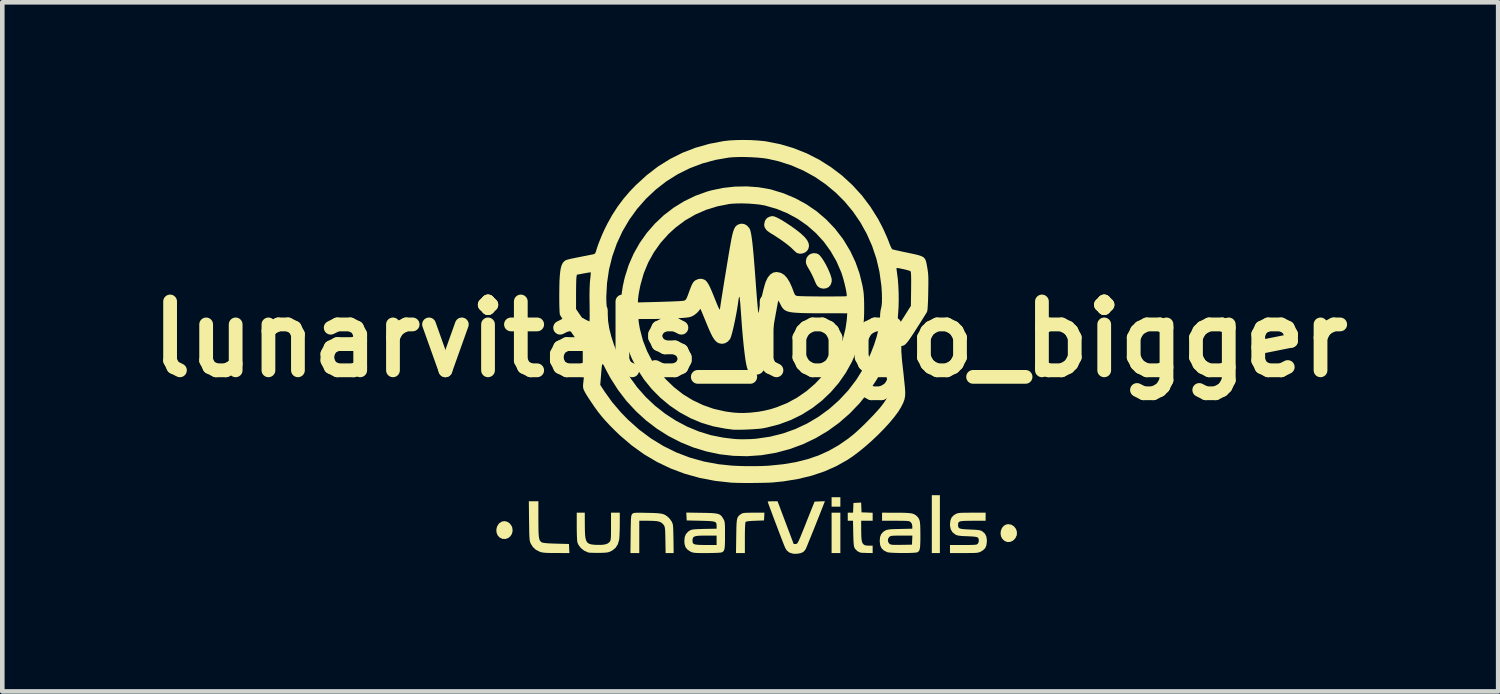
<source format=kicad_pcb>
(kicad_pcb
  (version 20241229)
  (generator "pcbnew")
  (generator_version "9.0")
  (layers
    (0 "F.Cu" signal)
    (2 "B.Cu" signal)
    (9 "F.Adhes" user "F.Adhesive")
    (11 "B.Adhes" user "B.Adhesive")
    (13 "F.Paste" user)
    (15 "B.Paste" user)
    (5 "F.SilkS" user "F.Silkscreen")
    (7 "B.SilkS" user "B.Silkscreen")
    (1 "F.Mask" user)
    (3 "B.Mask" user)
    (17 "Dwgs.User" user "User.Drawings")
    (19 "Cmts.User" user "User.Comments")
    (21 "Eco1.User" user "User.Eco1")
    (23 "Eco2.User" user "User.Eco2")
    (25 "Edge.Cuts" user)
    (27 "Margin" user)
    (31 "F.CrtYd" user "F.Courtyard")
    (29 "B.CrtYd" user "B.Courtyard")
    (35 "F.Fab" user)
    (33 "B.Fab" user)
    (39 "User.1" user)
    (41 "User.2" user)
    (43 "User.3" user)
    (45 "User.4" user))
  (footprint "lunarvitals_logo_bigger"
    (layer "F.Cu")
    (at 13.3 4.342)
    (property "Reference" "lunarvitals_logo_bigger" (at 0 0 0) (layer "F.SilkS") (effects (font (size 1.5 1.5) (thickness 0.3))))
    (attr board_only exclude_from_pos_files exclude_from_bom)
    (fp_poly (pts (xy 1.964 3.547) (xy 1.964 3.65) (xy 1.869 3.65) (xy 1.773 3.65) (xy 1.773 3.547) (xy 1.773 3.444) (xy 1.869 3.444) (xy 1.964 3.444)) (stroke (width 0) (type solid)) (fill yes) (layer "F.SilkS"))
    (fp_poly (pts (xy 1.964 4.221) (xy 1.964 4.661) (xy 1.869 4.661) (xy 1.773 4.661) (xy 1.773 4.221) (xy 1.773 3.781) (xy 1.869 3.781) (xy 1.964 3.781)) (stroke (width 0) (type solid)) (fill yes) (layer "F.SilkS"))
    (fp_poly (pts (xy 4.133 4.031) (xy 4.133 4.661) (xy 4.045 4.661) (xy 3.957 4.661) (xy 3.957 4.031) (xy 3.957 3.4) (xy 4.045 3.4) (xy 4.133 3.4)) (stroke (width 0) (type solid)) (fill yes) (layer "F.SilkS"))
    (fp_poly (pts (xy -5.294 3.979) (xy -5.242 4.014) (xy -5.201 4.069) (xy -5.186 4.107) (xy -5.178 4.177) (xy -5.193 4.241) (xy -5.228 4.296) (xy -5.277 4.335) (xy -5.338 4.355) (xy -5.403 4.351) (xy -5.463 4.321) (xy -5.505 4.274) (xy -5.529 4.214) (xy -5.533 4.148) (xy -5.517 4.081) (xy -5.479 4.021) (xy -5.467 4.009) (xy -5.413 3.974) (xy -5.353 3.965)) (stroke (width 0) (type solid)) (fill yes) (layer "F.SilkS"))
    (fp_poly (pts (xy 5.693 4.044) (xy 5.749 4.08) (xy 5.79 4.133) (xy 5.812 4.196) (xy 5.81 4.265) (xy 5.807 4.277) (xy 5.775 4.342) (xy 5.727 4.39) (xy 5.669 4.417) (xy 5.606 4.421) (xy 5.545 4.399) (xy 5.543 4.397) (xy 5.494 4.352) (xy 5.465 4.296) (xy 5.455 4.233) (xy 5.463 4.17) (xy 5.487 4.113) (xy 5.526 4.067) (xy 5.578 4.038) (xy 5.626 4.031)) (stroke (width 0) (type solid)) (fill yes) (layer "F.SilkS"))
    (fp_poly (pts (xy 0.305 3.866) (xy 0.3 3.95) (xy 0.106 3.957) (xy 0.022 3.961) (xy -0.037 3.966) (xy -0.075 3.972) (xy -0.096 3.98) (xy -0.103 3.987) (xy -0.107 4.007) (xy -0.111 4.053) (xy -0.114 4.118) (xy -0.116 4.199) (xy -0.117 4.292) (xy -0.117 4.335) (xy -0.117 4.661) (xy -0.213 4.661) (xy -0.31 4.661) (xy -0.305 4.298) (xy -0.303 4.175) (xy -0.301 4.079) (xy -0.297 4.004) (xy -0.291 3.947) (xy -0.282 3.905) (xy -0.269 3.874) (xy -0.252 3.851) (xy -0.229 3.831) (xy -0.207 3.815) (xy -0.186 3.802) (xy -0.165 3.793) (xy -0.137 3.787) (xy -0.097 3.784) (xy -0.041 3.782) (xy 0.036 3.781) (xy 0.076 3.781) (xy 0.309 3.781)) (stroke (width 0) (type solid)) (fill yes) (layer "F.SilkS"))
    (fp_poly (pts (xy 1.44 -1.87) (xy 1.481 -1.854) (xy 1.516 -1.825) (xy 1.558 -1.773) (xy 1.603 -1.704) (xy 1.65 -1.623) (xy 1.695 -1.534) (xy 1.734 -1.442) (xy 1.756 -1.383) (xy 1.775 -1.315) (xy 1.776 -1.259) (xy 1.76 -1.205) (xy 1.745 -1.175) (xy 1.708 -1.134) (xy 1.654 -1.109) (xy 1.593 -1.101) (xy 1.532 -1.113) (xy 1.503 -1.128) (xy 1.48 -1.145) (xy 1.461 -1.163) (xy 1.444 -1.188) (xy 1.425 -1.227) (xy 1.4 -1.284) (xy 1.384 -1.323) (xy 1.351 -1.394) (xy 1.312 -1.47) (xy 1.274 -1.535) (xy 1.238 -1.598) (xy 1.218 -1.646) (xy 1.212 -1.689) (xy 1.212 -1.693) (xy 1.224 -1.762) (xy 1.259 -1.818) (xy 1.31 -1.856) (xy 1.372 -1.875)) (stroke (width 0) (type solid)) (fill yes) (layer "F.SilkS"))
    (fp_poly (pts (xy 0.531 -2.673) (xy 0.597 -2.644) (xy 0.683 -2.597) (xy 0.79 -2.53) (xy 0.872 -2.476) (xy 1.003 -2.383) (xy 1.107 -2.3) (xy 1.186 -2.225) (xy 1.241 -2.156) (xy 1.272 -2.092) (xy 1.281 -2.033) (xy 1.269 -1.976) (xy 1.249 -1.938) (xy 1.206 -1.896) (xy 1.148 -1.87) (xy 1.085 -1.862) (xy 1.028 -1.875) (xy 1.019 -1.879) (xy 0.994 -1.897) (xy 0.957 -1.93) (xy 0.915 -1.971) (xy 0.909 -1.978) (xy 0.856 -2.025) (xy 0.783 -2.083) (xy 0.696 -2.147) (xy 0.6 -2.212) (xy 0.502 -2.276) (xy 0.434 -2.316) (xy 0.362 -2.369) (xy 0.318 -2.427) (xy 0.303 -2.491) (xy 0.316 -2.562) (xy 0.336 -2.607) (xy 0.37 -2.643) (xy 0.421 -2.67) (xy 0.479 -2.682) (xy 0.485 -2.682)) (stroke (width 0) (type solid)) (fill yes) (layer "F.SilkS"))
    (fp_poly (pts (xy -4.617 3.921) (xy -4.616 4.052) (xy -4.615 4.156) (xy -4.612 4.238) (xy -4.607 4.3) (xy -4.599 4.346) (xy -4.589 4.379) (xy -4.574 4.402) (xy -4.556 4.419) (xy -4.541 4.429) (xy -4.514 4.437) (xy -4.463 4.444) (xy -4.387 4.45) (xy -4.285 4.454) (xy -4.228 4.456) (xy -3.95 4.463) (xy -3.946 4.562) (xy -3.941 4.661) (xy -4.224 4.66) (xy -4.328 4.66) (xy -4.408 4.658) (xy -4.469 4.655) (xy -4.515 4.65) (xy -4.552 4.643) (xy -4.585 4.633) (xy -4.67 4.591) (xy -4.736 4.53) (xy -4.782 4.457) (xy -4.791 4.436) (xy -4.799 4.415) (xy -4.805 4.39) (xy -4.809 4.357) (xy -4.812 4.312) (xy -4.815 4.253) (xy -4.817 4.175) (xy -4.818 4.074) (xy -4.82 3.961) (xy -4.825 3.532) (xy -4.721 3.532) (xy -4.617 3.532)) (stroke (width 0) (type solid)) (fill yes) (layer "F.SilkS"))
    (fp_poly (pts (xy 2.421 3.667) (xy 2.426 3.774) (xy 2.547 3.778) (xy 2.668 3.783) (xy 2.668 3.87) (xy 2.668 3.957) (xy 2.543 3.957) (xy 2.418 3.957) (xy 2.418 4.159) (xy 2.42 4.268) (xy 2.424 4.351) (xy 2.434 4.411) (xy 2.452 4.453) (xy 2.478 4.479) (xy 2.514 4.494) (xy 2.563 4.499) (xy 2.595 4.5) (xy 2.668 4.5) (xy 2.668 4.58) (xy 2.668 4.661) (xy 2.547 4.659) (xy 2.486 4.657) (xy 2.435 4.655) (xy 2.401 4.651) (xy 2.397 4.65) (xy 2.335 4.62) (xy 2.286 4.57) (xy 2.275 4.552) (xy 2.266 4.53) (xy 2.259 4.499) (xy 2.254 4.455) (xy 2.25 4.394) (xy 2.247 4.311) (xy 2.245 4.232) (xy 2.24 3.957) (xy 2.182 3.957) (xy 2.125 3.957) (xy 2.125 3.869) (xy 2.125 3.781) (xy 2.183 3.781) (xy 2.241 3.781) (xy 2.245 3.675) (xy 2.25 3.569) (xy 2.333 3.565) (xy 2.417 3.56)) (stroke (width 0) (type solid)) (fill yes) (layer "F.SilkS"))
    (fp_poly (pts (xy -2.397 3.782) (xy -2.313 3.783) (xy -2.243 3.785) (xy -2.13 3.787) (xy -2.043 3.791) (xy -1.975 3.797) (xy -1.923 3.805) (xy -1.882 3.818) (xy -1.847 3.835) (xy -1.814 3.858) (xy -1.789 3.878) (xy -1.752 3.917) (xy -1.718 3.965) (xy -1.711 3.977) (xy -1.7 4) (xy -1.691 4.023) (xy -1.685 4.052) (xy -1.681 4.092) (xy -1.678 4.146) (xy -1.676 4.219) (xy -1.674 4.315) (xy -1.673 4.349) (xy -1.669 4.661) (xy -1.756 4.661) (xy -1.844 4.661) (xy -1.849 4.376) (xy -1.851 4.277) (xy -1.853 4.202) (xy -1.856 4.148) (xy -1.861 4.11) (xy -1.867 4.084) (xy -1.875 4.065) (xy -1.884 4.05) (xy -1.914 4.016) (xy -1.948 3.991) (xy -1.991 3.974) (xy -2.048 3.964) (xy -2.125 3.959) (xy -2.217 3.957) (xy -2.418 3.957) (xy -2.418 4.309) (xy -2.418 4.661) (xy -2.514 4.661) (xy -2.611 4.661) (xy -2.606 4.252) (xy -2.605 4.131) (xy -2.603 4.036) (xy -2.601 3.964) (xy -2.599 3.911) (xy -2.595 3.873) (xy -2.591 3.847) (xy -2.585 3.829) (xy -2.577 3.817) (xy -2.573 3.811) (xy -2.562 3.8) (xy -2.549 3.792) (xy -2.531 3.787) (xy -2.502 3.784) (xy -2.459 3.782)) (stroke (width 0) (type solid)) (fill yes) (layer "F.SilkS"))
    (fp_poly (pts (xy -3.605 4.049) (xy -3.603 4.172) (xy -3.599 4.269) (xy -3.589 4.343) (xy -3.572 4.397) (xy -3.547 4.434) (xy -3.51 4.459) (xy -3.461 4.473) (xy -3.397 4.48) (xy -3.345 4.483) (xy -3.245 4.483) (xy -3.169 4.474) (xy -3.113 4.456) (xy -3.073 4.427) (xy -3.064 4.417) (xy -3.054 4.402) (xy -3.046 4.385) (xy -3.041 4.36) (xy -3.037 4.325) (xy -3.035 4.273) (xy -3.034 4.203) (xy -3.034 4.108) (xy -3.034 4.08) (xy -3.034 3.781) (xy -2.939 3.781) (xy -2.843 3.781) (xy -2.843 4.034) (xy -2.844 4.125) (xy -2.847 4.213) (xy -2.85 4.29) (xy -2.855 4.35) (xy -2.858 4.375) (xy -2.886 4.471) (xy -2.936 4.548) (xy -3.009 4.606) (xy -3.026 4.616) (xy -3.059 4.631) (xy -3.09 4.642) (xy -3.126 4.649) (xy -3.174 4.653) (xy -3.24 4.656) (xy -3.297 4.657) (xy -3.374 4.657) (xy -3.442 4.655) (xy -3.496 4.653) (xy -3.529 4.649) (xy -3.532 4.648) (xy -3.62 4.608) (xy -3.692 4.551) (xy -3.744 4.482) (xy -3.766 4.43) (xy -3.771 4.399) (xy -3.775 4.343) (xy -3.778 4.27) (xy -3.78 4.183) (xy -3.781 4.09) (xy -3.781 4.078) (xy -3.781 3.781) (xy -3.693 3.781) (xy -3.606 3.781)) (stroke (width 0) (type solid)) (fill yes) (layer "F.SilkS"))
    (fp_poly (pts (xy 1.613 3.567) (xy 1.592 3.621) (xy 1.564 3.693) (xy 1.53 3.779) (xy 1.492 3.876) (xy 1.451 3.978) (xy 1.409 4.084) (xy 1.367 4.188) (xy 1.327 4.287) (xy 1.29 4.377) (xy 1.259 4.455) (xy 1.234 4.516) (xy 1.217 4.556) (xy 1.21 4.572) (xy 1.183 4.61) (xy 1.153 4.639) (xy 1.1 4.662) (xy 1.031 4.675) (xy 0.959 4.677) (xy 0.927 4.673) (xy 0.853 4.65) (xy 0.798 4.606) (xy 0.763 4.551) (xy 0.753 4.526) (xy 0.734 4.48) (xy 0.708 4.414) (xy 0.677 4.334) (xy 0.642 4.242) (xy 0.605 4.144) (xy 0.566 4.041) (xy 0.527 3.939) (xy 0.49 3.841) (xy 0.457 3.751) (xy 0.427 3.672) (xy 0.404 3.608) (xy 0.388 3.564) (xy 0.381 3.542) (xy 0.381 3.54) (xy 0.395 3.536) (xy 0.43 3.534) (xy 0.48 3.532) (xy 0.488 3.532) (xy 0.596 3.532) (xy 0.771 3.998) (xy 0.947 4.463) (xy 0.99 4.463) (xy 1.002 4.462) (xy 1.013 4.459) (xy 1.023 4.45) (xy 1.036 4.433) (xy 1.051 4.405) (xy 1.07 4.364) (xy 1.095 4.306) (xy 1.126 4.229) (xy 1.166 4.131) (xy 1.215 4.008) (xy 1.217 4.001) (xy 1.402 3.54) (xy 1.514 3.535) (xy 1.627 3.531)) (stroke (width 0) (type solid)) (fill yes) (layer "F.SilkS"))
    (fp_poly (pts (xy 5.13 3.869) (xy 5.13 3.957) (xy 4.852 3.957) (xy 4.747 3.958) (xy 4.667 3.96) (xy 4.61 3.964) (xy 4.571 3.972) (xy 4.547 3.984) (xy 4.534 4.003) (xy 4.53 4.028) (xy 4.529 4.052) (xy 4.531 4.083) (xy 4.541 4.105) (xy 4.561 4.122) (xy 4.597 4.133) (xy 4.652 4.14) (xy 4.729 4.145) (xy 4.791 4.148) (xy 4.878 4.152) (xy 4.941 4.156) (xy 4.986 4.162) (xy 5.018 4.169) (xy 5.044 4.18) (xy 5.059 4.189) (xy 5.113 4.236) (xy 5.145 4.298) (xy 5.157 4.378) (xy 5.156 4.421) (xy 5.145 4.498) (xy 5.119 4.556) (xy 5.073 4.6) (xy 5.027 4.628) (xy 5.004 4.639) (xy 4.98 4.647) (xy 4.952 4.653) (xy 4.914 4.657) (xy 4.863 4.659) (xy 4.793 4.66) (xy 4.7 4.661) (xy 4.658 4.661) (xy 4.353 4.661) (xy 4.353 4.573) (xy 4.353 4.485) (xy 4.644 4.485) (xy 4.744 4.485) (xy 4.819 4.484) (xy 4.873 4.482) (xy 4.91 4.479) (xy 4.934 4.474) (xy 4.949 4.467) (xy 4.959 4.458) (xy 4.978 4.42) (xy 4.982 4.375) (xy 4.97 4.335) (xy 4.959 4.322) (xy 4.935 4.312) (xy 4.889 4.304) (xy 4.818 4.298) (xy 4.728 4.294) (xy 4.642 4.291) (xy 4.579 4.286) (xy 4.534 4.28) (xy 4.501 4.271) (xy 4.475 4.259) (xy 4.47 4.257) (xy 4.408 4.208) (xy 4.37 4.145) (xy 4.354 4.066) (xy 4.353 4.039) (xy 4.362 3.953) (xy 4.388 3.886) (xy 4.436 3.836) (xy 4.47 3.815) (xy 4.493 3.803) (xy 4.517 3.795) (xy 4.544 3.789) (xy 4.582 3.785) (xy 4.633 3.783) (xy 4.703 3.782) (xy 4.796 3.781) (xy 4.832 3.781) (xy 5.13 3.781)) (stroke (width 0) (type solid)) (fill yes) (layer "F.SilkS"))
    (fp_poly (pts (xy 3.184 3.782) (xy 3.302 3.782) (xy 3.395 3.785) (xy 3.467 3.79) (xy 3.522 3.798) (xy 3.564 3.811) (xy 3.597 3.829) (xy 3.626 3.852) (xy 3.645 3.871) (xy 3.666 3.897) (xy 3.681 3.925) (xy 3.693 3.96) (xy 3.7 4.006) (xy 3.705 4.068) (xy 3.707 4.15) (xy 3.708 4.257) (xy 3.708 4.273) (xy 3.708 4.383) (xy 3.705 4.468) (xy 3.701 4.53) (xy 3.694 4.576) (xy 3.683 4.606) (xy 3.668 4.627) (xy 3.647 4.641) (xy 3.64 4.645) (xy 3.612 4.65) (xy 3.56 4.655) (xy 3.49 4.658) (xy 3.408 4.66) (xy 3.32 4.66) (xy 3.231 4.659) (xy 3.148 4.657) (xy 3.075 4.653) (xy 3.019 4.648) (xy 2.985 4.642) (xy 2.983 4.641) (xy 2.909 4.603) (xy 2.86 4.554) (xy 2.832 4.489) (xy 2.822 4.404) (xy 2.822 4.401) (xy 2.823 4.394) (xy 3 4.394) (xy 3.016 4.439) (xy 3.034 4.458) (xy 3.049 4.469) (xy 3.069 4.476) (xy 3.099 4.48) (xy 3.142 4.483) (xy 3.205 4.483) (xy 3.292 4.482) (xy 3.296 4.482) (xy 3.525 4.478) (xy 3.529 4.379) (xy 3.534 4.28) (xy 3.3 4.28) (xy 3.21 4.28) (xy 3.145 4.282) (xy 3.1 4.284) (xy 3.069 4.289) (xy 3.048 4.297) (xy 3.033 4.307) (xy 3.005 4.346) (xy 3 4.394) (xy 2.823 4.394) (xy 2.829 4.315) (xy 2.853 4.25) (xy 2.896 4.2) (xy 2.939 4.172) (xy 2.963 4.161) (xy 2.989 4.153) (xy 3.023 4.147) (xy 3.069 4.142) (xy 3.132 4.139) (xy 3.217 4.137) (xy 3.265 4.136) (xy 3.532 4.13) (xy 3.532 4.076) (xy 3.522 4.022) (xy 3.498 3.989) (xy 3.486 3.978) (xy 3.471 3.97) (xy 3.449 3.965) (xy 3.417 3.961) (xy 3.37 3.959) (xy 3.305 3.958) (xy 3.215 3.957) (xy 3.169 3.957) (xy 2.873 3.957) (xy 2.873 3.869) (xy 2.873 3.781)) (stroke (width 0) (type solid)) (fill yes) (layer "F.SilkS"))
    (fp_poly (pts (xy -1.06 3.784) (xy -0.94 3.786) (xy -0.846 3.789) (xy -0.773 3.795) (xy -0.718 3.804) (xy -0.677 3.817) (xy -0.646 3.836) (xy -0.621 3.861) (xy -0.599 3.894) (xy -0.586 3.916) (xy -0.573 3.939) (xy -0.564 3.961) (xy -0.558 3.986) (xy -0.554 4.02) (xy -0.551 4.067) (xy -0.55 4.132) (xy -0.55 4.22) (xy -0.55 4.272) (xy -0.55 4.383) (xy -0.552 4.468) (xy -0.556 4.531) (xy -0.563 4.576) (xy -0.574 4.607) (xy -0.589 4.627) (xy -0.61 4.64) (xy -0.625 4.647) (xy -0.65 4.651) (xy -0.7 4.655) (xy -0.769 4.658) (xy -0.851 4.66) (xy -0.942 4.661) (xy -0.951 4.661) (xy -1.051 4.661) (xy -1.126 4.66) (xy -1.182 4.658) (xy -1.222 4.654) (xy -1.253 4.649) (xy -1.278 4.64) (xy -1.302 4.629) (xy -1.305 4.628) (xy -1.369 4.585) (xy -1.411 4.532) (xy -1.432 4.462) (xy -1.435 4.414) (xy -1.258 4.414) (xy -1.251 4.441) (xy -1.234 4.46) (xy -1.202 4.473) (xy -1.151 4.48) (xy -1.08 4.484) (xy -0.983 4.485) (xy -0.964 4.485) (xy -0.733 4.485) (xy -0.733 4.382) (xy -0.733 4.28) (xy -0.956 4.28) (xy -1.057 4.281) (xy -1.132 4.284) (xy -1.185 4.291) (xy -1.22 4.302) (xy -1.242 4.319) (xy -1.253 4.344) (xy -1.258 4.377) (xy -1.258 4.378) (xy -1.258 4.414) (xy -1.435 4.414) (xy -1.436 4.397) (xy -1.428 4.312) (xy -1.401 4.246) (xy -1.353 4.194) (xy -1.319 4.171) (xy -1.298 4.16) (xy -1.273 4.152) (xy -1.241 4.146) (xy -1.195 4.142) (xy -1.132 4.139) (xy -1.047 4.136) (xy -1 4.135) (xy -0.733 4.13) (xy -0.733 4.076) (xy -0.734 4.041) (xy -0.738 4.014) (xy -0.75 3.995) (xy -0.773 3.981) (xy -0.81 3.971) (xy -0.864 3.965) (xy -0.94 3.961) (xy -1.041 3.958) (xy -1.08 3.957) (xy -1.385 3.95) (xy -1.389 3.865) (xy -1.394 3.779)) (stroke (width 0) (type solid)) (fill yes) (layer "F.SilkS"))
    (fp_poly (pts (xy 0.176 -3.312) (xy 0.419 -3.27) (xy 0.462 -3.26) (xy 0.729 -3.178) (xy 0.983 -3.071) (xy 1.224 -2.94) (xy 1.45 -2.785) (xy 1.657 -2.608) (xy 1.846 -2.41) (xy 2.014 -2.192) (xy 2.044 -2.147) (xy 2.183 -1.915) (xy 2.295 -1.676) (xy 2.383 -1.427) (xy 2.447 -1.163) (xy 2.464 -1.063) (xy 2.473 -0.99) (xy 2.479 -0.895) (xy 2.482 -0.786) (xy 2.483 -0.67) (xy 2.482 -0.555) (xy 2.478 -0.447) (xy 2.472 -0.355) (xy 2.464 -0.293) (xy 2.406 -0.017) (xy 2.323 0.246) (xy 2.214 0.497) (xy 2.083 0.732) (xy 1.93 0.952) (xy 1.756 1.154) (xy 1.564 1.337) (xy 1.353 1.501) (xy 1.126 1.643) (xy 0.883 1.762) (xy 0.627 1.857) (xy 0.358 1.926) (xy 0.264 1.944) (xy 0.209 1.951) (xy 0.134 1.957) (xy 0.046 1.963) (xy -0.049 1.968) (xy -0.144 1.972) (xy -0.233 1.974) (xy -0.309 1.974) (xy -0.367 1.972) (xy -0.388 1.97) (xy -0.424 1.965) (xy -0.478 1.958) (xy -0.54 1.95) (xy -0.55 1.948) (xy -0.809 1.899) (xy -1.061 1.823) (xy -1.304 1.721) (xy -1.537 1.594) (xy -1.756 1.445) (xy -1.96 1.275) (xy -2.147 1.086) (xy -2.315 0.878) (xy -2.461 0.654) (xy -2.579 0.425) (xy -2.672 0.197) (xy -2.74 -0.026) (xy -2.786 -0.251) (xy -2.806 -0.44) (xy -2.433 -0.44) (xy -2.433 -0.402) (xy -2.43 -0.371) (xy -2.422 -0.321) (xy -2.411 -0.258) (xy -2.403 -0.217) (xy -2.339 0.028) (xy -2.248 0.261) (xy -2.134 0.482) (xy -1.997 0.687) (xy -1.839 0.876) (xy -1.662 1.046) (xy -1.468 1.198) (xy -1.259 1.327) (xy -1.035 1.434) (xy -0.799 1.517) (xy -0.553 1.573) (xy -0.498 1.582) (xy -0.366 1.599) (xy -0.25 1.607) (xy -0.138 1.608) (xy -0.017 1.602) (xy 0.037 1.597) (xy 0.185 1.58) (xy 0.317 1.556) (xy 0.445 1.525) (xy 0.572 1.485) (xy 0.802 1.393) (xy 1.021 1.274) (xy 1.226 1.132) (xy 1.416 0.968) (xy 1.588 0.784) (xy 1.739 0.582) (xy 1.867 0.366) (xy 1.956 0.172) (xy 2.027 -0.03) (xy 2.077 -0.233) (xy 2.105 -0.429) (xy 2.106 -0.447) (xy 2.114 -0.564) (xy 1.567 -0.565) (xy 1.391 -0.565) (xy 1.242 -0.567) (xy 1.117 -0.57) (xy 1.014 -0.575) (xy 0.931 -0.582) (xy 0.863 -0.592) (xy 0.81 -0.606) (xy 0.769 -0.624) (xy 0.736 -0.646) (xy 0.71 -0.673) (xy 0.687 -0.705) (xy 0.668 -0.74) (xy 0.642 -0.791) (xy 0.626 -0.821) (xy 0.618 -0.835) (xy 0.614 -0.838) (xy 0.61 -0.835) (xy 0.61 -0.834) (xy 0.606 -0.819) (xy 0.598 -0.778) (xy 0.586 -0.715) (xy 0.571 -0.632) (xy 0.553 -0.535) (xy 0.533 -0.424) (xy 0.514 -0.315) (xy 0.481 -0.129) (xy 0.453 0.031) (xy 0.428 0.167) (xy 0.406 0.281) (xy 0.387 0.376) (xy 0.37 0.454) (xy 0.355 0.517) (xy 0.34 0.568) (xy 0.327 0.609) (xy 0.313 0.642) (xy 0.298 0.671) (xy 0.29 0.686) (xy 0.244 0.736) (xy 0.186 0.766) (xy 0.121 0.776) (xy 0.056 0.766) (xy -0.001 0.736) (xy -0.045 0.686) (xy -0.049 0.679) (xy -0.068 0.627) (xy -0.087 0.547) (xy -0.106 0.439) (xy -0.124 0.302) (xy -0.143 0.137) (xy -0.162 -0.057) (xy -0.181 -0.279) (xy -0.199 -0.531) (xy -0.207 -0.638) (xy -0.213 -0.724) (xy -0.219 -0.8) (xy -0.226 -0.862) (xy -0.231 -0.905) (xy -0.235 -0.922) (xy -0.242 -0.92) (xy -0.25 -0.894) (xy -0.256 -0.856) (xy -0.27 -0.756) (xy -0.287 -0.647) (xy -0.308 -0.533) (xy -0.33 -0.42) (xy -0.353 -0.311) (xy -0.376 -0.211) (xy -0.398 -0.125) (xy -0.418 -0.057) (xy -0.435 -0.012) (xy -0.44 -0.003) (xy -0.49 0.054) (xy -0.551 0.089) (xy -0.619 0.101) (xy -0.687 0.087) (xy -0.72 0.069) (xy -0.754 0.04) (xy -0.789 -0.002) (xy -0.825 -0.06) (xy -0.864 -0.138) (xy -0.909 -0.238) (xy -0.945 -0.325) (xy -0.977 -0.403) (xy -1.008 -0.478) (xy -1.034 -0.541) (xy -1.053 -0.587) (xy -1.058 -0.599) (xy -1.085 -0.662) (xy -1.132 -0.603) (xy -1.175 -0.56) (xy -1.228 -0.521) (xy -1.253 -0.507) (xy -1.281 -0.494) (xy -1.309 -0.484) (xy -1.343 -0.477) (xy -1.387 -0.471) (xy -1.447 -0.465) (xy -1.526 -0.46) (xy -1.624 -0.455) (xy -1.738 -0.45) (xy -1.864 -0.446) (xy -1.99 -0.442) (xy -2.107 -0.44) (xy -2.177 -0.44) (xy -2.433 -0.44) (xy -2.806 -0.44) (xy -2.811 -0.486) (xy -2.816 -0.674) (xy -2.813 -0.801) (xy -2.448 -0.801) (xy -2.056 -0.811) (xy -1.943 -0.814) (xy -1.833 -0.818) (xy -1.731 -0.821) (xy -1.643 -0.825) (xy -1.574 -0.828) (xy -1.537 -0.83) (xy -1.486 -0.834) (xy -1.449 -0.838) (xy -1.423 -0.847) (xy -1.402 -0.866) (xy -1.384 -0.897) (xy -1.364 -0.946) (xy -1.338 -1.016) (xy -1.324 -1.055) (xy -1.294 -1.135) (xy -1.269 -1.192) (xy -1.247 -1.232) (xy -1.223 -1.261) (xy -1.194 -1.283) (xy -1.183 -1.29) (xy -1.117 -1.315) (xy -1.047 -1.314) (xy -0.989 -1.292) (xy -0.963 -1.271) (xy -0.937 -1.24) (xy -0.908 -1.194) (xy -0.876 -1.131) (xy -0.839 -1.048) (xy -0.795 -0.941) (xy -0.776 -0.892) (xy -0.735 -0.791) (xy -0.704 -0.717) (xy -0.681 -0.669) (xy -0.667 -0.646) (xy -0.66 -0.647) (xy -0.66 -0.653) (xy -0.657 -0.675) (xy -0.651 -0.722) (xy -0.64 -0.791) (xy -0.627 -0.879) (xy -0.61 -0.983) (xy -0.592 -1.098) (xy -0.572 -1.223) (xy -0.551 -1.352) (xy -0.529 -1.483) (xy -0.508 -1.613) (xy -0.487 -1.738) (xy -0.468 -1.855) (xy -0.45 -1.96) (xy -0.434 -2.051) (xy -0.421 -2.123) (xy -0.412 -2.173) (xy -0.411 -2.18) (xy -0.389 -2.281) (xy -0.368 -2.357) (xy -0.346 -2.413) (xy -0.322 -2.453) (xy -0.292 -2.481) (xy -0.263 -2.499) (xy -0.198 -2.518) (xy -0.132 -2.51) (xy -0.072 -2.478) (xy -0.023 -2.424) (xy -0.009 -2.398) (xy 0.002 -2.369) (xy 0.013 -2.326) (xy 0.024 -2.267) (xy 0.035 -2.192) (xy 0.047 -2.098) (xy 0.059 -1.983) (xy 0.072 -1.846) (xy 0.085 -1.686) (xy 0.1 -1.499) (xy 0.116 -1.286) (xy 0.119 -1.242) (xy 0.129 -1.105) (xy 0.139 -0.978) (xy 0.148 -0.863) (xy 0.157 -0.763) (xy 0.164 -0.681) (xy 0.17 -0.62) (xy 0.174 -0.582) (xy 0.177 -0.572) (xy 0.183 -0.585) (xy 0.191 -0.62) (xy 0.201 -0.671) (xy 0.204 -0.685) (xy 0.22 -0.777) (xy 0.241 -0.878) (xy 0.264 -0.981) (xy 0.287 -1.078) (xy 0.31 -1.163) (xy 0.33 -1.229) (xy 0.337 -1.25) (xy 0.382 -1.344) (xy 0.438 -1.411) (xy 0.502 -1.452) (xy 0.575 -1.464) (xy 0.655 -1.449) (xy 0.682 -1.438) (xy 0.744 -1.398) (xy 0.802 -1.334) (xy 0.857 -1.246) (xy 0.909 -1.132) (xy 0.939 -1.052) (xy 0.959 -1) (xy 0.975 -0.969) (xy 0.993 -0.952) (xy 1.018 -0.944) (xy 1.026 -0.942) (xy 1.051 -0.94) (xy 1.101 -0.938) (xy 1.17 -0.936) (xy 1.255 -0.934) (xy 1.352 -0.933) (xy 1.457 -0.932) (xy 1.566 -0.931) (xy 1.675 -0.931) (xy 1.779 -0.931) (xy 1.875 -0.932) (xy 1.96 -0.932) (xy 2.028 -0.934) (xy 2.075 -0.935) (xy 2.099 -0.937) (xy 2.101 -0.938) (xy 2.104 -0.958) (xy 2.099 -1.001) (xy 2.089 -1.062) (xy 2.074 -1.135) (xy 2.055 -1.214) (xy 2.034 -1.296) (xy 2.011 -1.373) (xy 1.989 -1.442) (xy 1.983 -1.458) (xy 1.879 -1.698) (xy 1.751 -1.92) (xy 1.602 -2.126) (xy 1.431 -2.312) (xy 1.242 -2.478) (xy 1.035 -2.622) (xy 0.812 -2.743) (xy 0.575 -2.84) (xy 0.324 -2.912) (xy 0.299 -2.917) (xy 0.201 -2.934) (xy 0.085 -2.946) (xy -0.043 -2.955) (xy -0.172 -2.959) (xy -0.295 -2.958) (xy -0.402 -2.952) (xy -0.453 -2.947) (xy -0.716 -2.895) (xy -0.965 -2.818) (xy -1.2 -2.715) (xy -1.421 -2.587) (xy -1.626 -2.433) (xy -1.78 -2.293) (xy -1.953 -2.1) (xy -2.1 -1.893) (xy -2.223 -1.672) (xy -2.32 -1.437) (xy -2.392 -1.185) (xy -2.427 -1.011) (xy -2.436 -0.948) (xy -2.443 -0.892) (xy -2.447 -0.851) (xy -2.447 -0.844) (xy -2.448 -0.801) (xy -2.813 -0.801) (xy -2.812 -0.848) (xy -2.8 -1.005) (xy -2.777 -1.156) (xy -2.742 -1.314) (xy -2.732 -1.354) (xy -2.65 -1.614) (xy -2.541 -1.863) (xy -2.409 -2.097) (xy -2.254 -2.316) (xy -2.078 -2.518) (xy -1.883 -2.702) (xy -1.67 -2.865) (xy -1.441 -3.006) (xy -1.198 -3.124) (xy -0.942 -3.217) (xy -0.841 -3.245) (xy -0.592 -3.297) (xy -0.335 -3.325) (xy -0.078 -3.33)) (stroke (width 0) (type solid)) (fill yes) (layer "F.SilkS"))
    (fp_poly (pts (xy 0.01 -4.339) (xy 0.163 -4.33) (xy 0.302 -4.317) (xy 0.345 -4.311) (xy 0.65 -4.251) (xy 0.944 -4.164) (xy 1.228 -4.051) (xy 1.5 -3.913) (xy 1.757 -3.751) (xy 2 -3.567) (xy 2.225 -3.36) (xy 2.432 -3.134) (xy 2.618 -2.888) (xy 2.784 -2.624) (xy 2.873 -2.455) (xy 2.914 -2.37) (xy 2.954 -2.28) (xy 2.991 -2.196) (xy 3.019 -2.125) (xy 3.024 -2.111) (xy 3.047 -2.051) (xy 3.069 -2.002) (xy 3.087 -1.969) (xy 3.094 -1.961) (xy 3.114 -1.954) (xy 3.158 -1.943) (xy 3.222 -1.929) (xy 3.301 -1.911) (xy 3.391 -1.892) (xy 3.429 -1.884) (xy 3.544 -1.86) (xy 3.634 -1.84) (xy 3.702 -1.82) (xy 3.752 -1.8) (xy 3.788 -1.775) (xy 3.812 -1.743) (xy 3.829 -1.703) (xy 3.842 -1.65) (xy 3.854 -1.583) (xy 3.857 -1.567) (xy 3.866 -1.512) (xy 3.873 -1.46) (xy 3.878 -1.408) (xy 3.881 -1.349) (xy 3.882 -1.28) (xy 3.882 -1.193) (xy 3.88 -1.086) (xy 3.879 -1.016) (xy 3.876 -0.874) (xy 3.871 -0.762) (xy 3.866 -0.678) (xy 3.86 -0.623) (xy 3.854 -0.598) (xy 3.842 -0.577) (xy 3.816 -0.535) (xy 3.779 -0.475) (xy 3.733 -0.402) (xy 3.68 -0.318) (xy 3.627 -0.235) (xy 3.557 -0.125) (xy 3.499 -0.039) (xy 3.453 0.028) (xy 3.414 0.077) (xy 3.382 0.111) (xy 3.354 0.132) (xy 3.328 0.143) (xy 3.302 0.147) (xy 3.298 0.147) (xy 3.278 0.15) (xy 3.272 0.168) (xy 3.275 0.194) (xy 3.28 0.226) (xy 3.287 0.281) (xy 3.296 0.357) (xy 3.306 0.447) (xy 3.317 0.547) (xy 3.329 0.652) (xy 3.341 0.758) (xy 3.351 0.86) (xy 3.361 0.953) (xy 3.369 1.032) (xy 3.371 1.054) (xy 3.378 1.156) (xy 3.375 1.239) (xy 3.361 1.313) (xy 3.334 1.388) (xy 3.291 1.473) (xy 3.288 1.48) (xy 3.224 1.583) (xy 3.138 1.698) (xy 3.035 1.822) (xy 2.917 1.951) (xy 2.789 2.081) (xy 2.653 2.21) (xy 2.514 2.333) (xy 2.374 2.448) (xy 2.237 2.551) (xy 2.119 2.63) (xy 1.878 2.766) (xy 1.618 2.881) (xy 1.338 2.975) (xy 1.04 3.047) (xy 0.721 3.099) (xy 0.493 3.122) (xy 0.423 3.126) (xy 0.331 3.129) (xy 0.223 3.131) (xy 0.106 3.133) (xy -0.015 3.134) (xy -0.132 3.134) (xy -0.24 3.132) (xy -0.333 3.13) (xy -0.403 3.127) (xy -0.41 3.127) (xy -0.762 3.088) (xy -1.099 3.024) (xy -1.423 2.934) (xy -1.732 2.818) (xy -2.029 2.677) (xy -2.313 2.509) (xy -2.584 2.314) (xy -2.842 2.094) (xy -2.954 1.986) (xy -3.066 1.873) (xy -3.16 1.772) (xy -3.242 1.677) (xy -3.319 1.58) (xy -3.395 1.475) (xy -3.469 1.366) (xy -3.529 1.275) (xy -3.574 1.204) (xy -3.606 1.148) (xy -3.628 1.103) (xy -3.64 1.064) (xy -3.644 1.026) (xy -3.643 0.996) (xy -3.269 0.996) (xy -3.176 1.139) (xy -3.01 1.371) (xy -2.817 1.597) (xy -2.666 1.752) (xy -2.421 1.971) (xy -2.163 2.163) (xy -1.893 2.328) (xy -1.611 2.468) (xy -1.317 2.58) (xy -1.01 2.666) (xy -0.691 2.725) (xy -0.404 2.755) (xy -0.257 2.762) (xy -0.096 2.767) (xy 0.07 2.767) (xy 0.229 2.765) (xy 0.373 2.759) (xy 0.425 2.755) (xy 0.721 2.725) (xy 0.995 2.679) (xy 1.249 2.615) (xy 1.487 2.534) (xy 1.711 2.433) (xy 1.925 2.312) (xy 2.131 2.17) (xy 2.259 2.068) (xy 2.33 2.005) (xy 2.412 1.929) (xy 2.5 1.844) (xy 2.589 1.754) (xy 2.676 1.664) (xy 2.754 1.579) (xy 2.82 1.505) (xy 2.869 1.445) (xy 2.869 1.444) (xy 2.914 1.383) (xy 2.949 1.331) (xy 2.974 1.284) (xy 2.991 1.236) (xy 3 1.183) (xy 3.002 1.12) (xy 2.998 1.042) (xy 2.988 0.945) (xy 2.975 0.828) (xy 2.966 0.744) (xy 2.957 0.668) (xy 2.951 0.607) (xy 2.947 0.565) (xy 2.946 0.55) (xy 2.94 0.548) (xy 2.925 0.568) (xy 2.904 0.607) (xy 2.897 0.623) (xy 2.869 0.678) (xy 2.831 0.748) (xy 2.789 0.823) (xy 2.752 0.887) (xy 2.578 1.151) (xy 2.384 1.395) (xy 2.17 1.618) (xy 1.938 1.821) (xy 1.691 2) (xy 1.428 2.156) (xy 1.152 2.288) (xy 0.864 2.394) (xy 0.566 2.474) (xy 0.259 2.526) (xy 0.237 2.529) (xy -0.067 2.55) (xy -0.369 2.542) (xy -0.666 2.508) (xy -0.957 2.446) (xy -1.241 2.359) (xy -1.516 2.247) (xy -1.78 2.111) (xy -2.032 1.952) (xy -2.27 1.771) (xy -2.492 1.568) (xy -2.698 1.345) (xy -2.884 1.102) (xy -3.05 0.841) (xy -3.138 0.678) (xy -3.169 0.617) (xy -3.191 0.573) (xy -3.208 0.547) (xy -3.22 0.543) (xy -3.229 0.561) (xy -3.236 0.602) (xy -3.242 0.669) (xy -3.25 0.762) (xy -3.253 0.802) (xy -3.269 0.996) (xy -3.643 0.996) (xy -3.642 0.985) (xy -3.637 0.937) (xy -3.637 0.934) (xy -3.63 0.874) (xy -3.622 0.794) (xy -3.614 0.704) (xy -3.607 0.613) (xy -3.606 0.594) (xy -3.6 0.51) (xy -3.594 0.431) (xy -3.588 0.364) (xy -3.584 0.317) (xy -3.582 0.306) (xy -3.579 0.264) (xy -3.585 0.239) (xy -3.605 0.221) (xy -3.623 0.21) (xy -3.647 0.189) (xy -3.682 0.15) (xy -3.728 0.091) (xy -3.787 0.01) (xy -3.859 -0.094) (xy -3.903 -0.157) (xy -3.964 -0.247) (xy -4.019 -0.331) (xy -4.068 -0.405) (xy -4.107 -0.466) (xy -4.134 -0.51) (xy -4.147 -0.534) (xy -4.148 -0.534) (xy -4.152 -0.561) (xy -4.156 -0.613) (xy -4.157 -0.657) (xy -3.796 -0.657) (xy -3.661 -0.459) (xy -3.525 -0.261) (xy -3.513 -0.317) (xy -3.506 -0.363) (xy -3.501 -0.423) (xy -3.5 -0.469) (xy -3.499 -0.514) (xy -3.5 -0.582) (xy -3.5 -0.666) (xy -3.501 -0.76) (xy -3.502 -0.857) (xy -3.502 -0.857) (xy -3.503 -0.918) (xy -3.137 -0.918) (xy -3.135 -0.818) (xy -3.131 -0.747) (xy -3.125 -0.704) (xy -3.119 -0.692) (xy -3.11 -0.667) (xy -3.105 -0.615) (xy -3.105 -0.548) (xy -3.098 -0.398) (xy -3.072 -0.232) (xy -3.027 -0.054) (xy -2.966 0.132) (xy -2.891 0.321) (xy -2.803 0.509) (xy -2.704 0.693) (xy -2.596 0.867) (xy -2.479 1.028) (xy -2.465 1.047) (xy -2.279 1.258) (xy -2.074 1.451) (xy -1.853 1.625) (xy -1.618 1.777) (xy -1.372 1.907) (xy -1.117 2.012) (xy -0.857 2.092) (xy -0.595 2.144) (xy -0.526 2.153) (xy -0.46 2.161) (xy -0.401 2.168) (xy -0.357 2.173) (xy -0.344 2.174) (xy -0.275 2.179) (xy -0.185 2.181) (xy -0.085 2.18) (xy 0.019 2.177) (xy 0.115 2.17) (xy 0.14 2.168) (xy 0.431 2.125) (xy 0.712 2.055) (xy 0.984 1.958) (xy 1.243 1.836) (xy 1.489 1.69) (xy 1.721 1.521) (xy 1.936 1.33) (xy 2.133 1.119) (xy 2.31 0.887) (xy 2.467 0.637) (xy 2.551 0.476) (xy 2.629 0.303) (xy 2.697 0.128) (xy 2.752 -0.042) (xy 2.793 -0.204) (xy 2.819 -0.352) (xy 2.829 -0.482) (xy 2.829 -0.486) (xy 2.832 -0.555) (xy 2.839 -0.618) (xy 2.85 -0.665) (xy 2.85 -0.667) (xy 2.862 -0.722) (xy 2.87 -0.801) (xy 2.871 -0.901) (xy 2.868 -1.017) (xy 2.86 -1.146) (xy 2.857 -1.173) (xy 2.816 -1.469) (xy 2.801 -1.535) (xy 3.188 -1.535) (xy 3.192 -1.497) (xy 3.199 -1.444) (xy 3.203 -1.414) (xy 3.218 -1.296) (xy 3.228 -1.158) (xy 3.234 -1.008) (xy 3.236 -0.857) (xy 3.233 -0.712) (xy 3.225 -0.588) (xy 3.217 -0.481) (xy 3.214 -0.399) (xy 3.217 -0.342) (xy 3.224 -0.312) (xy 3.231 -0.308) (xy 3.24 -0.32) (xy 3.262 -0.352) (xy 3.295 -0.401) (xy 3.335 -0.463) (xy 3.369 -0.517) (xy 3.501 -0.726) (xy 3.506 -1.095) (xy 3.507 -1.22) (xy 3.507 -1.319) (xy 3.505 -1.392) (xy 3.502 -1.442) (xy 3.498 -1.472) (xy 3.493 -1.481) (xy 3.474 -1.49) (xy 3.435 -1.502) (xy 3.383 -1.516) (xy 3.325 -1.529) (xy 3.269 -1.541) (xy 3.223 -1.549) (xy 3.194 -1.552) (xy 3.188 -1.551) (xy 3.188 -1.535) (xy 2.801 -1.535) (xy 2.749 -1.756) (xy 2.656 -2.032) (xy 2.54 -2.295) (xy 2.401 -2.545) (xy 2.241 -2.779) (xy 2.06 -2.997) (xy 1.861 -3.196) (xy 1.644 -3.376) (xy 1.41 -3.536) (xy 1.161 -3.673) (xy 0.899 -3.787) (xy 0.623 -3.876) (xy 0.391 -3.929) (xy 0.288 -3.945) (xy 0.165 -3.957) (xy 0.03 -3.965) (xy -0.109 -3.97) (xy -0.244 -3.97) (xy -0.366 -3.966) (xy -0.465 -3.958) (xy -0.76 -3.907) (xy -1.045 -3.829) (xy -1.319 -3.725) (xy -1.579 -3.596) (xy -1.825 -3.442) (xy -2.056 -3.263) (xy -2.27 -3.062) (xy -2.466 -2.839) (xy -2.635 -2.605) (xy -2.785 -2.35) (xy -2.909 -2.082) (xy -3.007 -1.803) (xy -3.078 -1.516) (xy -3.121 -1.222) (xy -3.137 -0.925) (xy -3.137 -0.918) (xy -3.503 -0.918) (xy -3.503 -0.973) (xy -3.501 -1.085) (xy -3.497 -1.187) (xy -3.492 -1.27) (xy -3.488 -1.302) (xy -3.481 -1.364) (xy -3.477 -1.415) (xy -3.475 -1.448) (xy -3.476 -1.457) (xy -3.491 -1.456) (xy -3.529 -1.451) (xy -3.584 -1.441) (xy -3.629 -1.433) (xy -3.778 -1.405) (xy -3.787 -1.351) (xy -3.79 -1.32) (xy -3.792 -1.266) (xy -3.794 -1.192) (xy -3.795 -1.105) (xy -3.796 -1.009) (xy -3.796 -0.977) (xy -3.796 -0.657) (xy -4.157 -0.657) (xy -4.159 -0.688) (xy -4.161 -0.782) (xy -4.162 -0.892) (xy -4.162 -0.965) (xy -4.16 -1.131) (xy -4.157 -1.271) (xy -4.15 -1.387) (xy -4.14 -1.481) (xy -4.127 -1.556) (xy -4.109 -1.614) (xy -4.088 -1.658) (xy -4.064 -1.688) (xy -4.047 -1.703) (xy -4.028 -1.716) (xy -4.001 -1.728) (xy -3.964 -1.739) (xy -3.911 -1.752) (xy -3.838 -1.767) (xy -3.741 -1.787) (xy -3.729 -1.789) (xy -3.638 -1.807) (xy -3.556 -1.823) (xy -3.487 -1.837) (xy -3.436 -1.847) (xy -3.408 -1.853) (xy -3.406 -1.854) (xy -3.382 -1.869) (xy -3.364 -1.905) (xy -3.357 -1.93) (xy -3.336 -1.999) (xy -3.305 -2.087) (xy -3.265 -2.187) (xy -3.221 -2.293) (xy -3.174 -2.396) (xy -3.127 -2.49) (xy -3.12 -2.505) (xy -3.008 -2.707) (xy -2.89 -2.889) (xy -2.762 -3.06) (xy -2.618 -3.228) (xy -2.493 -3.357) (xy -2.257 -3.573) (xy -2.01 -3.763) (xy -1.749 -3.926) (xy -1.476 -4.063) (xy -1.19 -4.173) (xy -0.889 -4.258) (xy -0.574 -4.318) (xy -0.572 -4.318) (xy -0.448 -4.332) (xy -0.304 -4.339) (xy -0.149 -4.342)) (stroke (width 0) (type solid)) (fill yes) (layer "F.SilkS")))
  (gr_rect
    (start -3 -3)
    (end 29.6 12.019)
    (stroke (width 0.1) (type default))
    (fill no)
    (layer "Edge.Cuts")))
</source>
